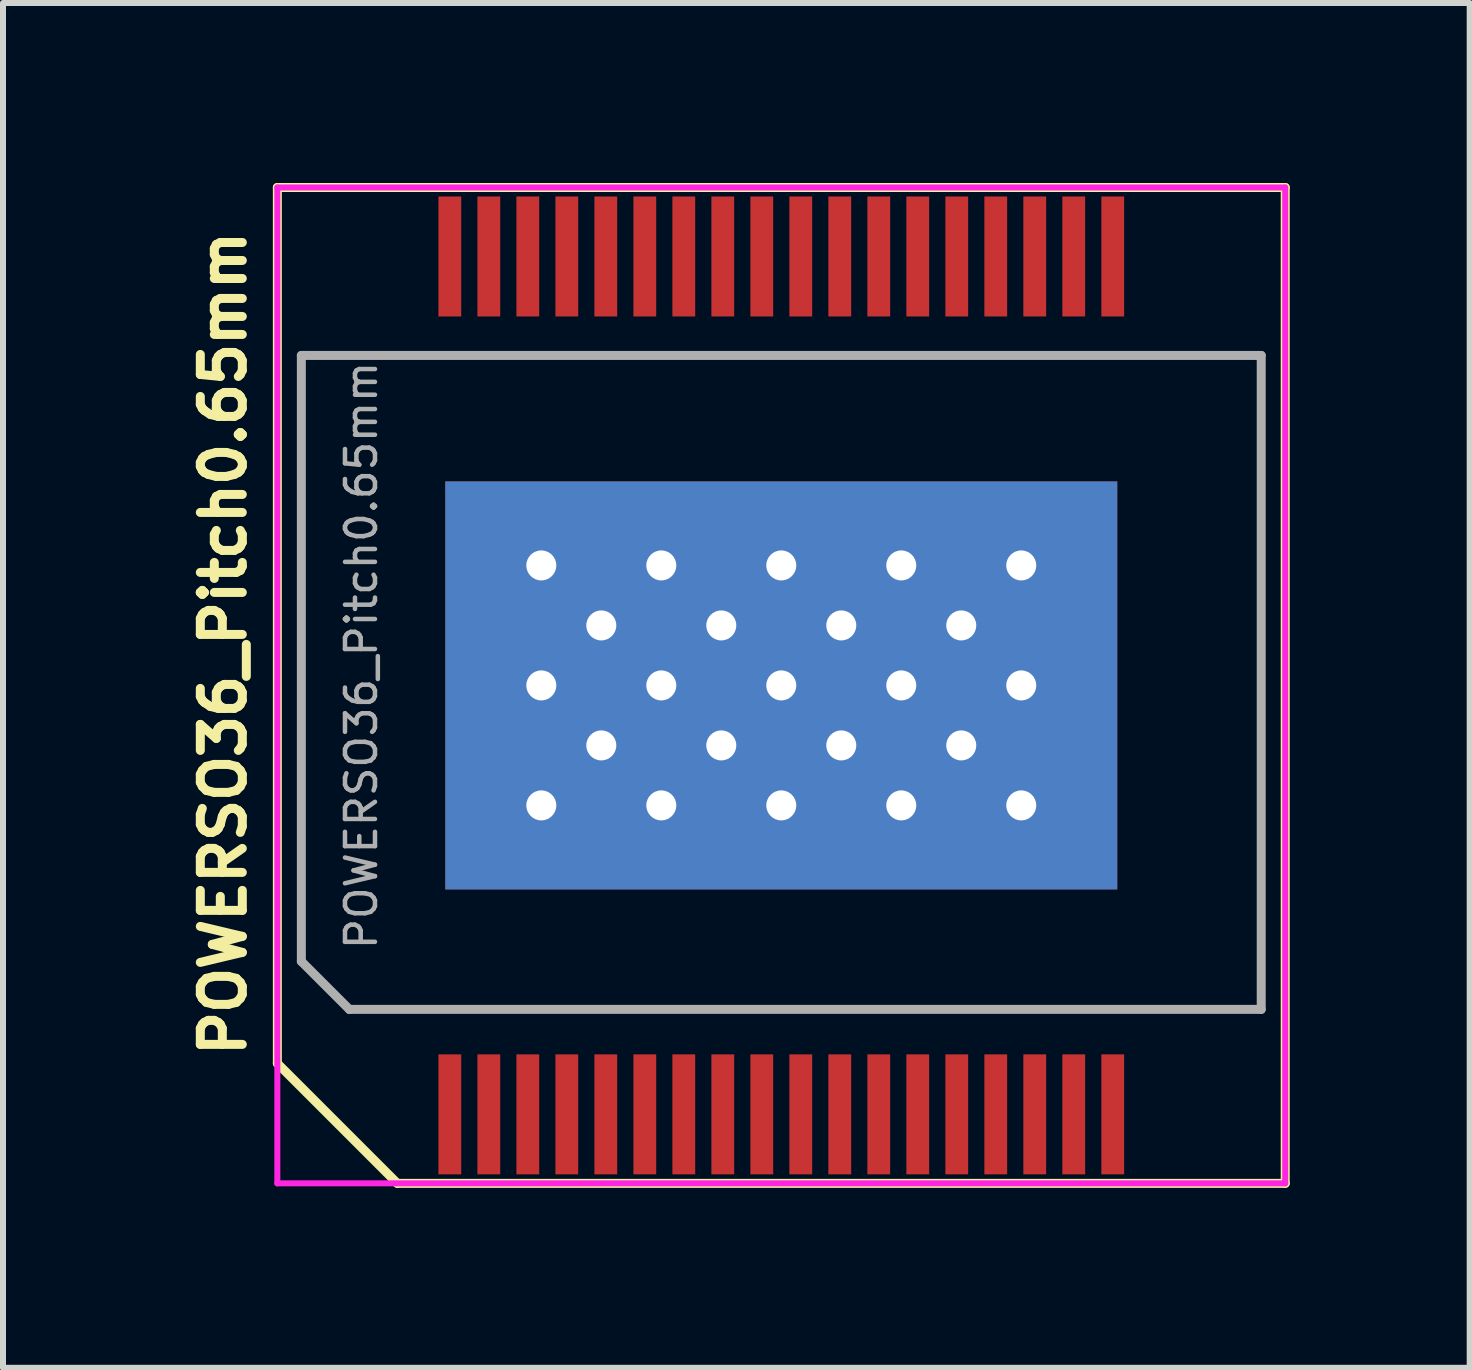
<source format=kicad_pcb>
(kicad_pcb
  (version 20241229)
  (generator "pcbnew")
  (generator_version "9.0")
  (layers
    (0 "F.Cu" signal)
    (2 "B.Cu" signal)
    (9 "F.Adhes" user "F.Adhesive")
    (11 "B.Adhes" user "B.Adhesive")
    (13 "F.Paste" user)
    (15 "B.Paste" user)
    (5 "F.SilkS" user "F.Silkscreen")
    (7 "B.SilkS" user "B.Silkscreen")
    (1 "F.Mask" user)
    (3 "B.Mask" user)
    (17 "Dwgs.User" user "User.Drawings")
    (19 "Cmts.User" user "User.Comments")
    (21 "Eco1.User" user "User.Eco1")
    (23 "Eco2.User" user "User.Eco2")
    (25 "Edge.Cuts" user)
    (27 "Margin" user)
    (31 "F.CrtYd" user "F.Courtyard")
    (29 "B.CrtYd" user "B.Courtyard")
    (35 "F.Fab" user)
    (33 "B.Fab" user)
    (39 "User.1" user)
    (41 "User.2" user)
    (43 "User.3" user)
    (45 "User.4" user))
  (footprint "POWERSO36_Pitch0.65mm"
    (layer "F.Cu")
    (at 9.973 8.375)
    (property "Reference" "POWERSO36_Pitch0.65mm" (at -9.3 -0.7 90) (layer "F.SilkS") (effects (font (size 0.7 0.7) (thickness 0.15))))
    (attr through_hole)
    (fp_line (start -8.4 -8.3) (end -8.4 6.3) (stroke (width 0.15) (type solid)) (layer "F.SilkS"))
    (fp_line (start -8.4 -8.3) (end 8.4 -8.3) (stroke (width 0.15) (type solid)) (layer "F.SilkS"))
    (fp_line (start -8.4 6.3) (end -6.4 8.3) (stroke (width 0.15) (type solid)) (layer "F.SilkS"))
    (fp_line (start 8.4 8.3) (end -6.4 8.3) (stroke (width 0.15) (type solid)) (layer "F.SilkS"))
    (fp_line (start 8.4 8.3) (end 8.4 -8.3) (stroke (width 0.15) (type solid)) (layer "F.SilkS"))
    (fp_line (start -8.4 -8.3) (end 8.4 -8.3) (stroke (width 0.1) (type solid)) (layer "F.CrtYd"))
    (fp_line (start -8.4 8.3) (end -8.4 -8.3) (stroke (width 0.1) (type solid)) (layer "F.CrtYd"))
    (fp_line (start 8.4 -8.3) (end 8.4 8.3) (stroke (width 0.1) (type solid)) (layer "F.CrtYd"))
    (fp_line (start 8.4 8.3) (end -8.4 8.3) (stroke (width 0.1) (type solid)) (layer "F.CrtYd"))
    (fp_line (start -8 -5.5) (end 8 -5.5) (stroke (width 0.15) (type solid)) (layer "F.Fab"))
    (fp_line (start -8 4.6) (end -8 -5.5) (stroke (width 0.15) (type solid)) (layer "F.Fab"))
    (fp_line (start -8 4.6) (end -7.2 5.4) (stroke (width 0.15) (type solid)) (layer "F.Fab"))
    (fp_line (start 8 -5.5) (end 8 5.4) (stroke (width 0.15) (type solid)) (layer "F.Fab"))
    (fp_line (start 8 5.4) (end -7.2 5.4) (stroke (width 0.15) (type solid)) (layer "F.Fab"))
    (fp_text user "${REFERENCE}" (at -7 -0.5 90) (layer "F.Fab") (effects (font (size 0.5 0.5) (thickness 0.075))))
    (pad "1" smd rect (at -5.525 7.15) (size 0.38 2) (layers "F.Cu" "F.Mask" "F.Paste"))
    (pad "2" smd rect (at -4.875 7.15) (size 0.38 2) (layers "F.Cu" "F.Mask" "F.Paste"))
    (pad "3" smd rect (at -4.225 7.15) (size 0.38 2) (layers "F.Cu" "F.Mask" "F.Paste"))
    (pad "4" smd rect (at -3.575 7.15) (size 0.38 2) (layers "F.Cu" "F.Mask" "F.Paste"))
    (pad "5" smd rect (at -2.925 7.15) (size 0.38 2) (layers "F.Cu" "F.Mask" "F.Paste"))
    (pad "6" smd rect (at -2.275 7.15) (size 0.38 2) (layers "F.Cu" "F.Mask" "F.Paste"))
    (pad "7" smd rect (at -1.625 7.15) (size 0.38 2) (layers "F.Cu" "F.Mask" "F.Paste"))
    (pad "8" smd rect (at -0.975 7.15) (size 0.38 2) (layers "F.Cu" "F.Mask" "F.Paste"))
    (pad "9" smd rect (at -0.325 7.15) (size 0.38 2) (layers "F.Cu" "F.Mask" "F.Paste"))
    (pad "10" smd rect (at 0.325 7.15) (size 0.38 2) (layers "F.Cu" "F.Mask" "F.Paste"))
    (pad "11" smd rect (at 0.975 7.15) (size 0.38 2) (layers "F.Cu" "F.Mask" "F.Paste"))
    (pad "12" smd rect (at 1.625 7.15) (size 0.38 2) (layers "F.Cu" "F.Mask" "F.Paste"))
    (pad "13" smd rect (at 2.275 7.15) (size 0.38 2) (layers "F.Cu" "F.Mask" "F.Paste"))
    (pad "14" smd rect (at 2.925 7.15) (size 0.38 2) (layers "F.Cu" "F.Mask" "F.Paste"))
    (pad "15" smd rect (at 3.575 7.15) (size 0.38 2) (layers "F.Cu" "F.Mask" "F.Paste"))
    (pad "16" smd rect (at 4.225 7.15) (size 0.38 2) (layers "F.Cu" "F.Mask" "F.Paste"))
    (pad "17" smd rect (at 4.875 7.15) (size 0.38 2) (layers "F.Cu" "F.Mask" "F.Paste"))
    (pad "18" smd rect (at 5.525 7.15) (size 0.38 2) (layers "F.Cu" "F.Mask" "F.Paste"))
    (pad "19" smd rect (at 5.525 -7.15) (size 0.38 2) (layers "F.Cu" "F.Mask" "F.Paste"))
    (pad "20" smd rect (at 4.875 -7.15) (size 0.38 2) (layers "F.Cu" "F.Mask" "F.Paste"))
    (pad "21" smd rect (at 4.225 -7.15) (size 0.38 2) (layers "F.Cu" "F.Mask" "F.Paste"))
    (pad "22" smd rect (at 3.575 -7.15) (size 0.38 2) (layers "F.Cu" "F.Mask" "F.Paste"))
    (pad "23" smd rect (at 2.925 -7.15) (size 0.38 2) (layers "F.Cu" "F.Mask" "F.Paste"))
    (pad "24" smd rect (at 2.275 -7.15) (size 0.38 2) (layers "F.Cu" "F.Mask" "F.Paste"))
    (pad "25" smd rect (at 1.625 -7.15) (size 0.38 2) (layers "F.Cu" "F.Mask" "F.Paste"))
    (pad "26" smd rect (at 0.975 -7.15) (size 0.38 2) (layers "F.Cu" "F.Mask" "F.Paste"))
    (pad "27" smd rect (at 0.325 -7.15) (size 0.38 2) (layers "F.Cu" "F.Mask" "F.Paste"))
    (pad "28" smd rect (at -0.325 -7.15) (size 0.38 2) (layers "F.Cu" "F.Mask" "F.Paste"))
    (pad "29" smd rect (at -0.975 -7.15) (size 0.38 2) (layers "F.Cu" "F.Mask" "F.Paste"))
    (pad "30" smd rect (at -1.625 -7.15) (size 0.38 2) (layers "F.Cu" "F.Mask" "F.Paste"))
    (pad "31" smd rect (at -2.275 -7.15) (size 0.38 2) (layers "F.Cu" "F.Mask" "F.Paste"))
    (pad "32" smd rect (at -2.925 -7.15) (size 0.38 2) (layers "F.Cu" "F.Mask" "F.Paste"))
    (pad "33" smd rect (at -3.575 -7.15) (size 0.38 2) (layers "F.Cu" "F.Mask" "F.Paste"))
    (pad "34" smd rect (at -4.225 -7.15) (size 0.38 2) (layers "F.Cu" "F.Mask" "F.Paste"))
    (pad "35" smd rect (at -4.875 -7.15) (size 0.38 2) (layers "F.Cu" "F.Mask" "F.Paste"))
    (pad "36" smd rect (at -5.525 -7.15) (size 0.38 2) (layers "F.Cu" "F.Mask" "F.Paste"))
    (pad "37" thru_hole circle (at -4 -2) (size 0.6 0.6) (drill 0.5) (layers "*.Cu" "*.Mask"))
    (pad "37" thru_hole circle (at -4 0) (size 0.6 0.6) (drill 0.5) (layers "*.Cu" "*.Mask"))
    (pad "37" thru_hole circle (at -4 2) (size 0.6 0.6) (drill 0.5) (layers "*.Cu" "*.Mask"))
    (pad "37" thru_hole circle (at -3 -1) (size 0.6 0.6) (drill 0.5) (layers "*.Cu" "*.Mask"))
    (pad "37" thru_hole circle (at -3 1) (size 0.6 0.6) (drill 0.5) (layers "*.Cu" "*.Mask"))
    (pad "37" thru_hole circle (at -2 -2) (size 0.6 0.6) (drill 0.5) (layers "*.Cu" "*.Mask"))
    (pad "37" thru_hole circle (at -2 0) (size 0.6 0.6) (drill 0.5) (layers "*.Cu" "*.Mask"))
    (pad "37" thru_hole circle (at -2 2) (size 0.6 0.6) (drill 0.5) (layers "*.Cu" "*.Mask"))
    (pad "37" thru_hole circle (at -1 -1) (size 0.6 0.6) (drill 0.5) (layers "*.Cu" "*.Mask"))
    (pad "37" thru_hole circle (at -1 1) (size 0.6 0.6) (drill 0.5) (layers "*.Cu" "*.Mask"))
    (pad "37" thru_hole circle (at 0 -2) (size 0.6 0.6) (drill 0.5) (layers "*.Cu" "*.Mask"))
    (pad "37" thru_hole circle (at 0 0) (size 0.6 0.6) (drill 0.5) (layers "*.Cu" "*.Mask"))
    (pad "37" smd rect (at 0 0) (size 11.2 6.8) (layers "F.Cu" "F.Mask" "F.Paste"))
    (pad "37" smd rect (at 0 0) (size 11.2 6.8) (layers "B.Cu" "B.Mask" "B.Paste"))
    (pad "37" thru_hole circle (at 0 2) (size 0.6 0.6) (drill 0.5) (layers "*.Cu" "*.Mask"))
    (pad "37" thru_hole circle (at 1 -1) (size 0.6 0.6) (drill 0.5) (layers "*.Cu" "*.Mask"))
    (pad "37" thru_hole circle (at 1 1) (size 0.6 0.6) (drill 0.5) (layers "*.Cu" "*.Mask"))
    (pad "37" thru_hole circle (at 2 -2) (size 0.6 0.6) (drill 0.5) (layers "*.Cu" "*.Mask"))
    (pad "37" thru_hole circle (at 2 0) (size 0.6 0.6) (drill 0.5) (layers "*.Cu" "*.Mask"))
    (pad "37" thru_hole circle (at 2 2) (size 0.6 0.6) (drill 0.5) (layers "*.Cu" "*.Mask"))
    (pad "37" thru_hole circle (at 3 -1) (size 0.6 0.6) (drill 0.5) (layers "*.Cu" "*.Mask"))
    (pad "37" thru_hole circle (at 3 1) (size 0.6 0.6) (drill 0.5) (layers "*.Cu" "*.Mask"))
    (pad "37" thru_hole circle (at 4 -2) (size 0.6 0.6) (drill 0.5) (layers "*.Cu" "*.Mask"))
    (pad "37" thru_hole circle (at 4 0) (size 0.6 0.6) (drill 0.5) (layers "*.Cu" "*.Mask"))
    (pad "37" thru_hole circle (at 4 2) (size 0.6 0.6) (drill 0.5) (layers "*.Cu" "*.Mask")))
  (gr_rect
    (start -3 -3)
    (end 21.448 19.75)
    (stroke (width 0.1) (type default))
    (fill no)
    (layer "Edge.Cuts")))
</source>
